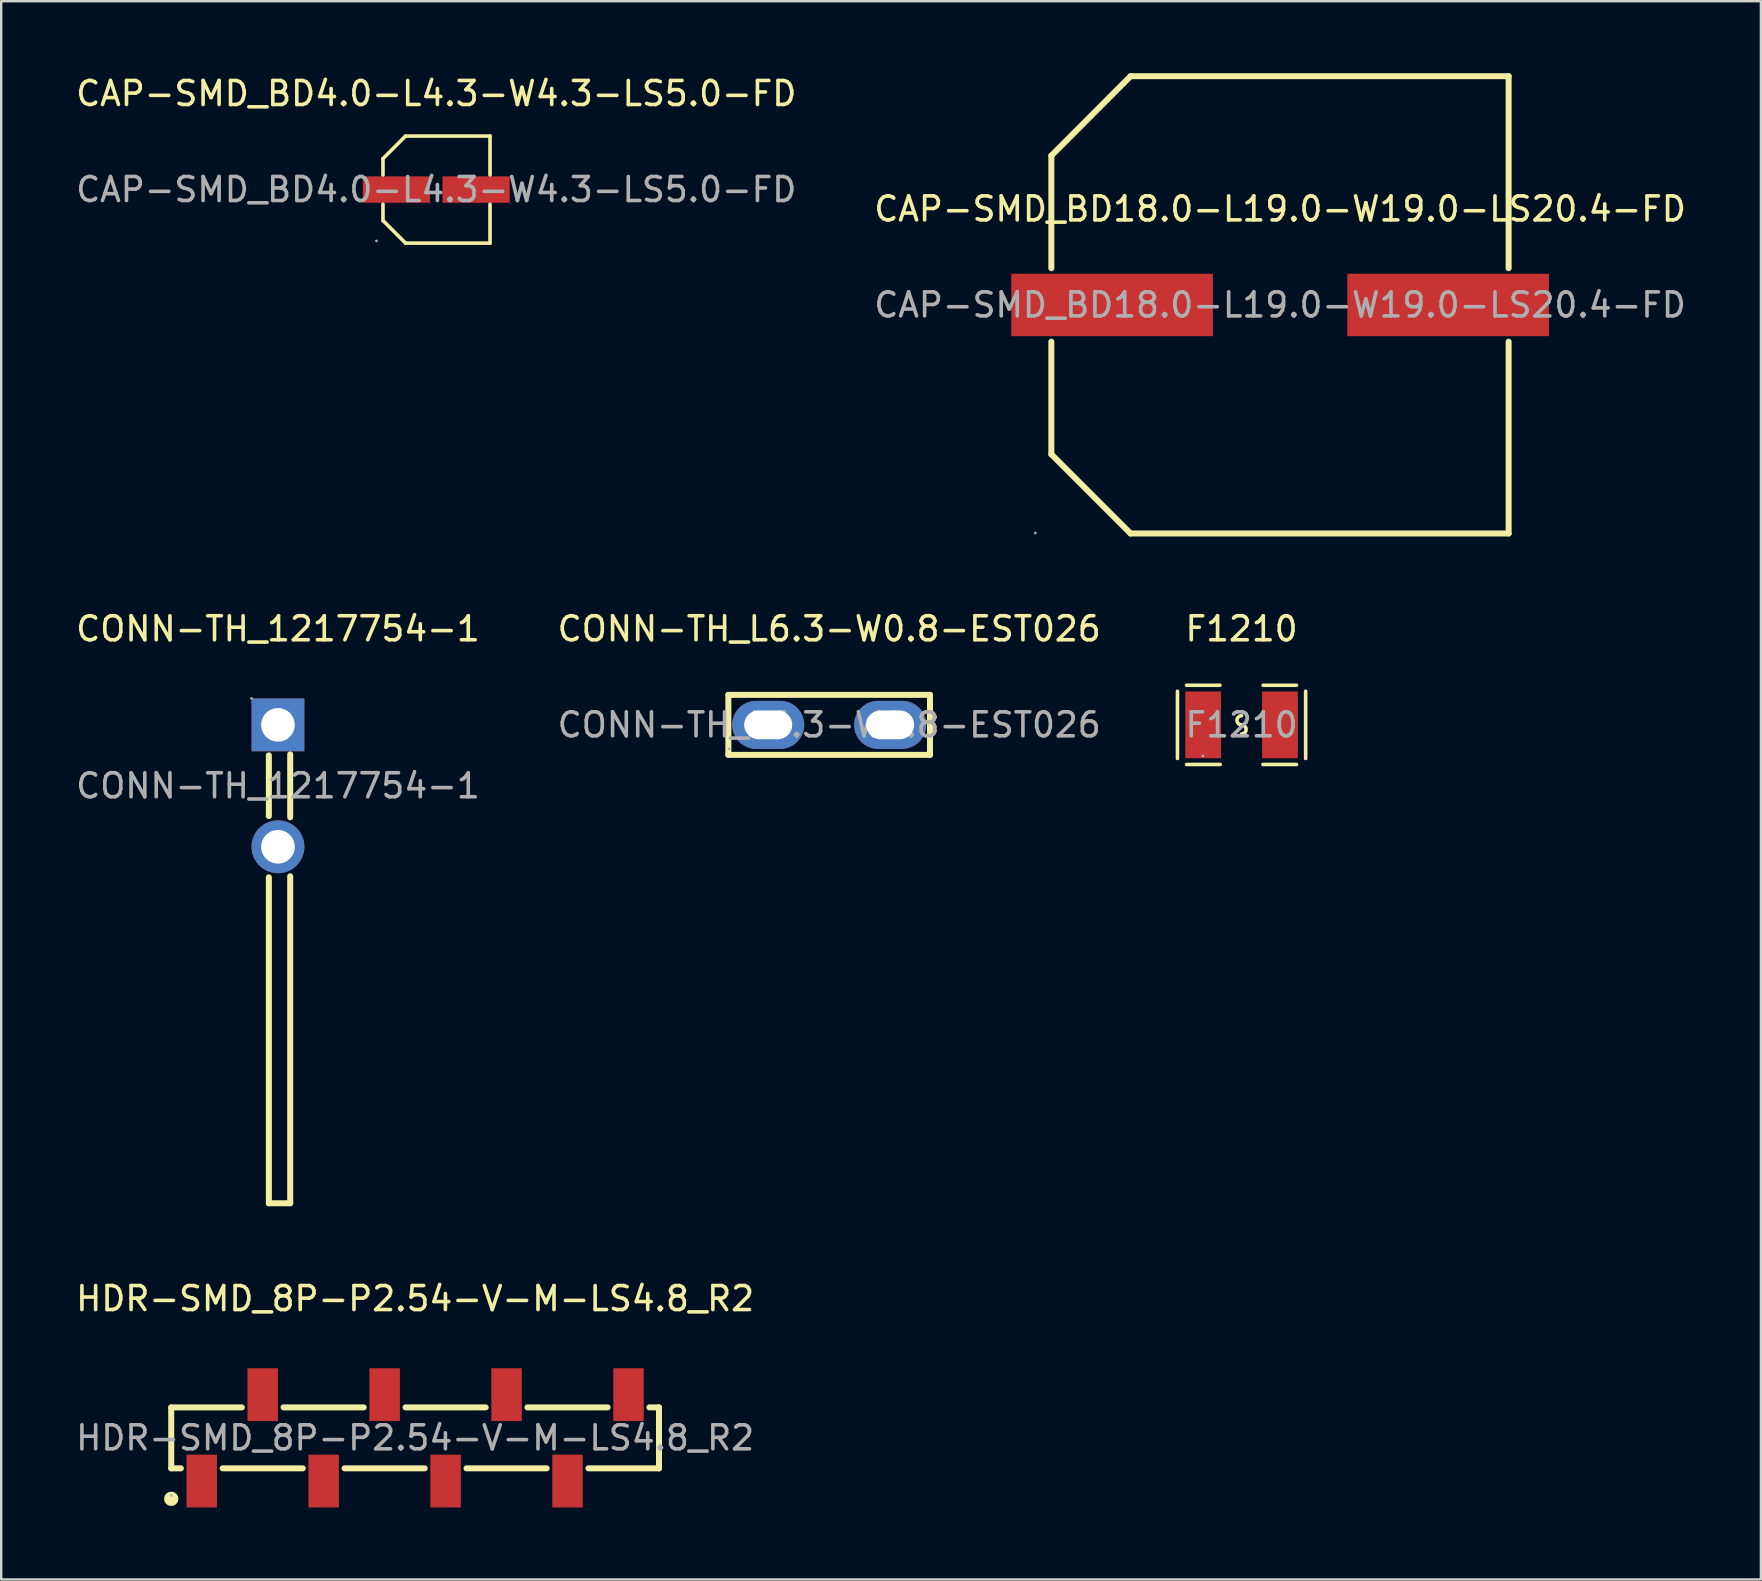
<source format=kicad_pcb>
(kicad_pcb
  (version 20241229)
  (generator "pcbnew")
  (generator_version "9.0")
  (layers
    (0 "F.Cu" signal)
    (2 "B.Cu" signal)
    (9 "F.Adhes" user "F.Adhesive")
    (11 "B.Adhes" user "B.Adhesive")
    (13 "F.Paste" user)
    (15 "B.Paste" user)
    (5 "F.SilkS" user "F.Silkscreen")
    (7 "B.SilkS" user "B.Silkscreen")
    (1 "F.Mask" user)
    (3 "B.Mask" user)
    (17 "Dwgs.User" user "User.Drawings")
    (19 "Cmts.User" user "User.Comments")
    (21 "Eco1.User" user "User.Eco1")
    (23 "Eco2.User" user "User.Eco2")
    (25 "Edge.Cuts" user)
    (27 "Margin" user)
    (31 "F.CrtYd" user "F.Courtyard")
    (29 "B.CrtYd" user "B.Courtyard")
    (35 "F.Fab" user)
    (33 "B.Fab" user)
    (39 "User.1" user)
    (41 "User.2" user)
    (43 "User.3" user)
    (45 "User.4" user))
  (footprint "HDR-SMD_8P-P2.54-V-M-LS4.8_R2"
    (layer "F.Cu")
    (at 14.244 56.852)
    (property "Reference" "HDR-SMD_8P-P2.54-V-M-LS4.8_R2" (at 0 -5.8 0) (layer "F.SilkS") (effects (font (size 1 1) (thickness 0.15))))
    (attr smd)
    (fp_line (start -10.16 -1.27) (end -7.22 -1.27) (stroke (width 0.25) (type solid)) (layer "F.SilkS"))
    (fp_line (start -10.16 1.27) (end -10.16 -1.27) (stroke (width 0.25) (type solid)) (layer "F.SilkS"))
    (fp_line (start -9.76 1.27) (end -10.16 1.27) (stroke (width 0.25) (type solid)) (layer "F.SilkS"))
    (fp_line (start -5.48 -1.27) (end -2.14 -1.27) (stroke (width 0.25) (type solid)) (layer "F.SilkS"))
    (fp_line (start -4.68 1.27) (end -8.02 1.27) (stroke (width 0.25) (type solid)) (layer "F.SilkS"))
    (fp_line (start -0.4 -1.27) (end 2.94 -1.27) (stroke (width 0.25) (type solid)) (layer "F.SilkS"))
    (fp_line (start 0.4 1.27) (end -2.94 1.27) (stroke (width 0.25) (type solid)) (layer "F.SilkS"))
    (fp_line (start 4.68 -1.27) (end 8.02 -1.27) (stroke (width 0.25) (type solid)) (layer "F.SilkS"))
    (fp_line (start 5.48 1.27) (end 2.14 1.27) (stroke (width 0.25) (type solid)) (layer "F.SilkS"))
    (fp_line (start 7.22 1.27) (end 10.16 1.27) (stroke (width 0.25) (type solid)) (layer "F.SilkS"))
    (fp_line (start 10.16 -1.27) (end 9.76 -1.27) (stroke (width 0.25) (type solid)) (layer "F.SilkS"))
    (fp_line (start 10.16 -1.27) (end 10.16 -0.51) (stroke (width 0.25) (type solid)) (layer "F.SilkS"))
    (fp_line (start 10.16 -0.51) (end 10.16 1.27) (stroke (width 0.25) (type solid)) (layer "F.SilkS"))
    (fp_circle (center -10.16 2.54) (end -10.01 2.54) (stroke (width 0.3) (type solid)) (fill no) (layer "F.SilkS"))
    (fp_circle (center -10.16 2.4) (end -10.13 2.4) (stroke (width 0.06) (type solid)) (fill no) (layer "F.Fab"))
    (fp_text user "${REFERENCE}" (at 0 0 0) (layer "F.Fab") (effects (font (size 1 1) (thickness 0.15))))
    (pad "1" smd rect (at -8.89 1.8) (size 1.27 2.2) (layers "F.Cu" "F.Mask" "F.Paste"))
    (pad "2" smd rect (at -6.35 -1.8) (size 1.27 2.2) (layers "F.Cu" "F.Mask" "F.Paste"))
    (pad "3" smd rect (at -3.81 1.8) (size 1.27 2.2) (layers "F.Cu" "F.Mask" "F.Paste"))
    (pad "4" smd rect (at -1.27 -1.8) (size 1.27 2.2) (layers "F.Cu" "F.Mask" "F.Paste"))
    (pad "5" smd rect (at 1.27 1.8) (size 1.27 2.2) (layers "F.Cu" "F.Mask" "F.Paste"))
    (pad "6" smd rect (at 3.81 -1.8) (size 1.27 2.2) (layers "F.Cu" "F.Mask" "F.Paste"))
    (pad "7" smd rect (at 6.35 1.8) (size 1.27 2.2) (layers "F.Cu" "F.Mask" "F.Paste"))
    (pad "8" smd rect (at 8.89 -1.8) (size 1.27 2.2) (layers "F.Cu" "F.Mask" "F.Paste")))
  (footprint "CONN-TH_L6.3-W0.8-EST026"
    (layer "F.Cu")
    (at 31.494 27.148)
    (property "Reference" "CONN-TH_L6.3-W0.8-EST026" (at 0 -4 0) (layer "F.SilkS") (effects (font (size 1 1) (thickness 0.15))))
    (attr through_hole)
    (fp_line (start -4.2 -1.25) (end 4.2 -1.25) (stroke (width 0.25) (type solid)) (layer "F.SilkS"))
    (fp_line (start -4.2 1.25) (end -4.2 -1.25) (stroke (width 0.25) (type solid)) (layer "F.SilkS"))
    (fp_line (start 4.2 -1.25) (end 4.2 1.25) (stroke (width 0.25) (type solid)) (layer "F.SilkS"))
    (fp_line (start 4.2 1.25) (end -4.2 1.25) (stroke (width 0.25) (type solid)) (layer "F.SilkS"))
    (fp_circle (center -4.17 1) (end -4.14 1) (stroke (width 0.06) (type solid)) (fill no) (layer "F.Fab"))
    (fp_text user "${REFERENCE}" (at 0 0 0) (layer "F.Fab") (effects (font (size 1 1) (thickness 0.15))))
    (pad "1" thru_hole oval (at -2.54 0) (size 3 2) (drill oval 2 1.2) (layers "*.Cu" "*.Mask"))
    (pad "2" thru_hole oval (at 2.54 0) (size 3 2) (drill oval 2 1.2) (layers "*.Cu" "*.Mask")))
  (footprint "CAP-SMD_BD18.0-L19.0-W19.0-LS20.4-FD"
    (layer "F.Cu")
    (at 50.28 9.655)
    (property "Reference" "CAP-SMD_BD18.0-L19.0-W19.0-LS20.4-FD" (at 0 -4 0) (layer "F.SilkS") (effects (font (size 1 1) (thickness 0.15))))
    (attr smd)
    (fp_line (start -9.53 -6.22) (end -9.53 -1.53) (stroke (width 0.25) (type solid)) (layer "F.SilkS"))
    (fp_line (start -9.53 1.53) (end -9.53 6.22) (stroke (width 0.25) (type solid)) (layer "F.SilkS"))
    (fp_line (start -9.53 6.22) (end -6.23 9.52) (stroke (width 0.25) (type solid)) (layer "F.SilkS"))
    (fp_line (start -6.23 -9.53) (end -9.53 -6.22) (stroke (width 0.25) (type solid)) (layer "F.SilkS"))
    (fp_line (start -6.23 9.52) (end 9.52 9.52) (stroke (width 0.25) (type solid)) (layer "F.SilkS"))
    (fp_line (start 9.52 -9.53) (end -6.23 -9.53) (stroke (width 0.25) (type solid)) (layer "F.SilkS"))
    (fp_line (start 9.52 -1.53) (end 9.52 -9.53) (stroke (width 0.25) (type solid)) (layer "F.SilkS"))
    (fp_line (start 9.52 9.52) (end 9.52 1.53) (stroke (width 0.25) (type solid)) (layer "F.SilkS"))
    (fp_circle (center -10.2 9.5) (end -10.17 9.5) (stroke (width 0.06) (type solid)) (fill no) (layer "F.Fab"))
    (fp_text user "${REFERENCE}" (at 0 0 0) (layer "F.Fab") (effects (font (size 1 1) (thickness 0.15))))
    (pad "1" smd rect (at -7 0) (size 8.4 2.6) (layers "F.Cu" "F.Mask" "F.Paste"))
    (pad "2" smd rect (at 7 0) (size 8.4 2.6) (layers "F.Cu" "F.Mask" "F.Paste")))
  (footprint "CAP-SMD_BD4.0-L4.3-W4.3-LS5.0-FD"
    (layer "F.Cu")
    (at 15.125 4.848)
    (property "Reference" "CAP-SMD_BD4.0-L4.3-W4.3-LS5.0-FD" (at 0 -4 0) (layer "F.SilkS") (effects (font (size 1 1) (thickness 0.15))))
    (attr smd)
    (fp_line (start -2.22 -1.29) (end -2.22 -0.61) (stroke (width 0.15) (type solid)) (layer "F.SilkS"))
    (fp_line (start -2.22 1.29) (end -2.22 0.61) (stroke (width 0.15) (type solid)) (layer "F.SilkS"))
    (fp_line (start -1.28 -2.23) (end -2.22 -1.29) (stroke (width 0.15) (type solid)) (layer "F.SilkS"))
    (fp_line (start -1.28 2.23) (end -2.22 1.29) (stroke (width 0.15) (type solid)) (layer "F.SilkS"))
    (fp_line (start 2.24 -2.23) (end -1.28 -2.23) (stroke (width 0.15) (type solid)) (layer "F.SilkS"))
    (fp_line (start 2.24 -0.61) (end 2.24 -2.23) (stroke (width 0.15) (type solid)) (layer "F.SilkS"))
    (fp_line (start 2.24 0.61) (end 2.24 2.23) (stroke (width 0.15) (type solid)) (layer "F.SilkS"))
    (fp_line (start 2.24 2.23) (end -1.28 2.23) (stroke (width 0.15) (type solid)) (layer "F.SilkS"))
    (fp_circle (center -2.49 2.14) (end -2.46 2.14) (stroke (width 0.06) (type solid)) (fill no) (layer "F.Fab"))
    (fp_text user "${REFERENCE}" (at 0 0 0) (layer "F.Fab") (effects (font (size 1 1) (thickness 0.15))))
    (pad "1" smd rect (at -1.66 0) (size 2.8 1.1) (layers "F.Cu" "F.Mask" "F.Paste"))
    (pad "2" smd rect (at 1.66 0) (size 2.8 1.1) (layers "F.Cu" "F.Mask" "F.Paste")))
  (footprint "F1210"
    (layer "F.Cu")
    (at 48.674 27.148)
    (property "Reference" "F1210" (at 0 -4 0) (layer "F.SilkS") (effects (font (size 1 1) (thickness 0.15))))
    (attr smd)
    (fp_line (start -2.67 -1.4) (end -2.67 1.4) (stroke (width 0.15) (type solid)) (layer "F.SilkS"))
    (fp_line (start -2.29 -1.65) (end -0.9 -1.65) (stroke (width 0.15) (type solid)) (layer "F.SilkS"))
    (fp_line (start -0.89 1.65) (end -2.29 1.65) (stroke (width 0.15) (type solid)) (layer "F.SilkS"))
    (fp_line (start 0.89 1.65) (end 2.29 1.65) (stroke (width 0.15) (type solid)) (layer "F.SilkS"))
    (fp_line (start 2.29 -1.65) (end 0.9 -1.65) (stroke (width 0.15) (type solid)) (layer "F.SilkS"))
    (fp_line (start 2.67 -1.4) (end 2.67 1.4) (stroke (width 0.15) (type solid)) (layer "F.SilkS"))
    (fp_arc (start 0 0) (mid -0.19 -0.19) (end 0 -0.38) (stroke (width 0.15) (type solid)) (layer "F.SilkS"))
    (fp_arc (start 0 0) (mid 0.19 0.19) (end 0 0.38) (stroke (width 0.15) (type solid)) (layer "F.SilkS"))
    (fp_circle (center -1.61 1.29) (end -1.58 1.29) (stroke (width 0.06) (type solid)) (fill no) (layer "F.Fab"))
    (fp_text user "${REFERENCE}" (at 0 0 0) (layer "F.Fab") (effects (font (size 1 1) (thickness 0.15))))
    (pad "1" smd rect (at -1.6 0) (size 1.49 2.78) (layers "F.Cu" "F.Mask" "F.Paste"))
    (pad "2" smd rect (at 1.6 0) (size 1.49 2.78) (layers "F.Cu" "F.Mask" "F.Paste")))
  (footprint "CONN-TH_1217754-1"
    (layer "F.Cu")
    (at 8.53 29.688)
    (property "Reference" "CONN-TH_1217754-1" (at 0 -6.54 0) (layer "F.SilkS") (effects (font (size 1 1) (thickness 0.15))))
    (attr through_hole)
    (fp_line (start -0.38 1.26) (end -0.38 -1.27) (stroke (width 0.25) (type solid)) (layer "F.SilkS"))
    (fp_line (start -0.38 17.39) (end -0.38 3.81) (stroke (width 0.25) (type solid)) (layer "F.SilkS"))
    (fp_line (start 0.51 -1.31) (end 0.51 1.31) (stroke (width 0.25) (type solid)) (layer "F.SilkS"))
    (fp_line (start 0.51 3.77) (end 0.51 17.39) (stroke (width 0.25) (type solid)) (layer "F.SilkS"))
    (fp_line (start 0.51 17.39) (end -0.38 17.39) (stroke (width 0.25) (type solid)) (layer "F.SilkS"))
    (fp_circle (center -1.1 -3.64) (end -1.07 -3.64) (stroke (width 0.06) (type solid)) (fill no) (layer "F.Fab"))
    (fp_circle (center 0 -2.54) (end 0.3 -2.54) (stroke (width 0.6) (type solid)) (fill no) (layer "F.Fab"))
    (fp_circle (center 0 2.54) (end 0.3 2.54) (stroke (width 0.6) (type solid)) (fill no) (layer "F.Fab"))
    (fp_text user "${REFERENCE}" (at 0 0 0) (layer "F.Fab") (effects (font (size 1 1) (thickness 0.15))))
    (pad "1" thru_hole rect (at 0 -2.54 270) (size 2.2 2.2) (drill 1.4) (layers "*.Cu" "*.Mask"))
    (pad "2" thru_hole circle (at 0 2.54 270) (size 2.2 2.2) (drill 1.4) (layers "*.Cu" "*.Mask")))
  (gr_rect
    (start -3 -3)
    (end 70.31 62.752)
    (stroke (width 0.1) (type default))
    (fill no)
    (layer "Edge.Cuts")))
</source>
